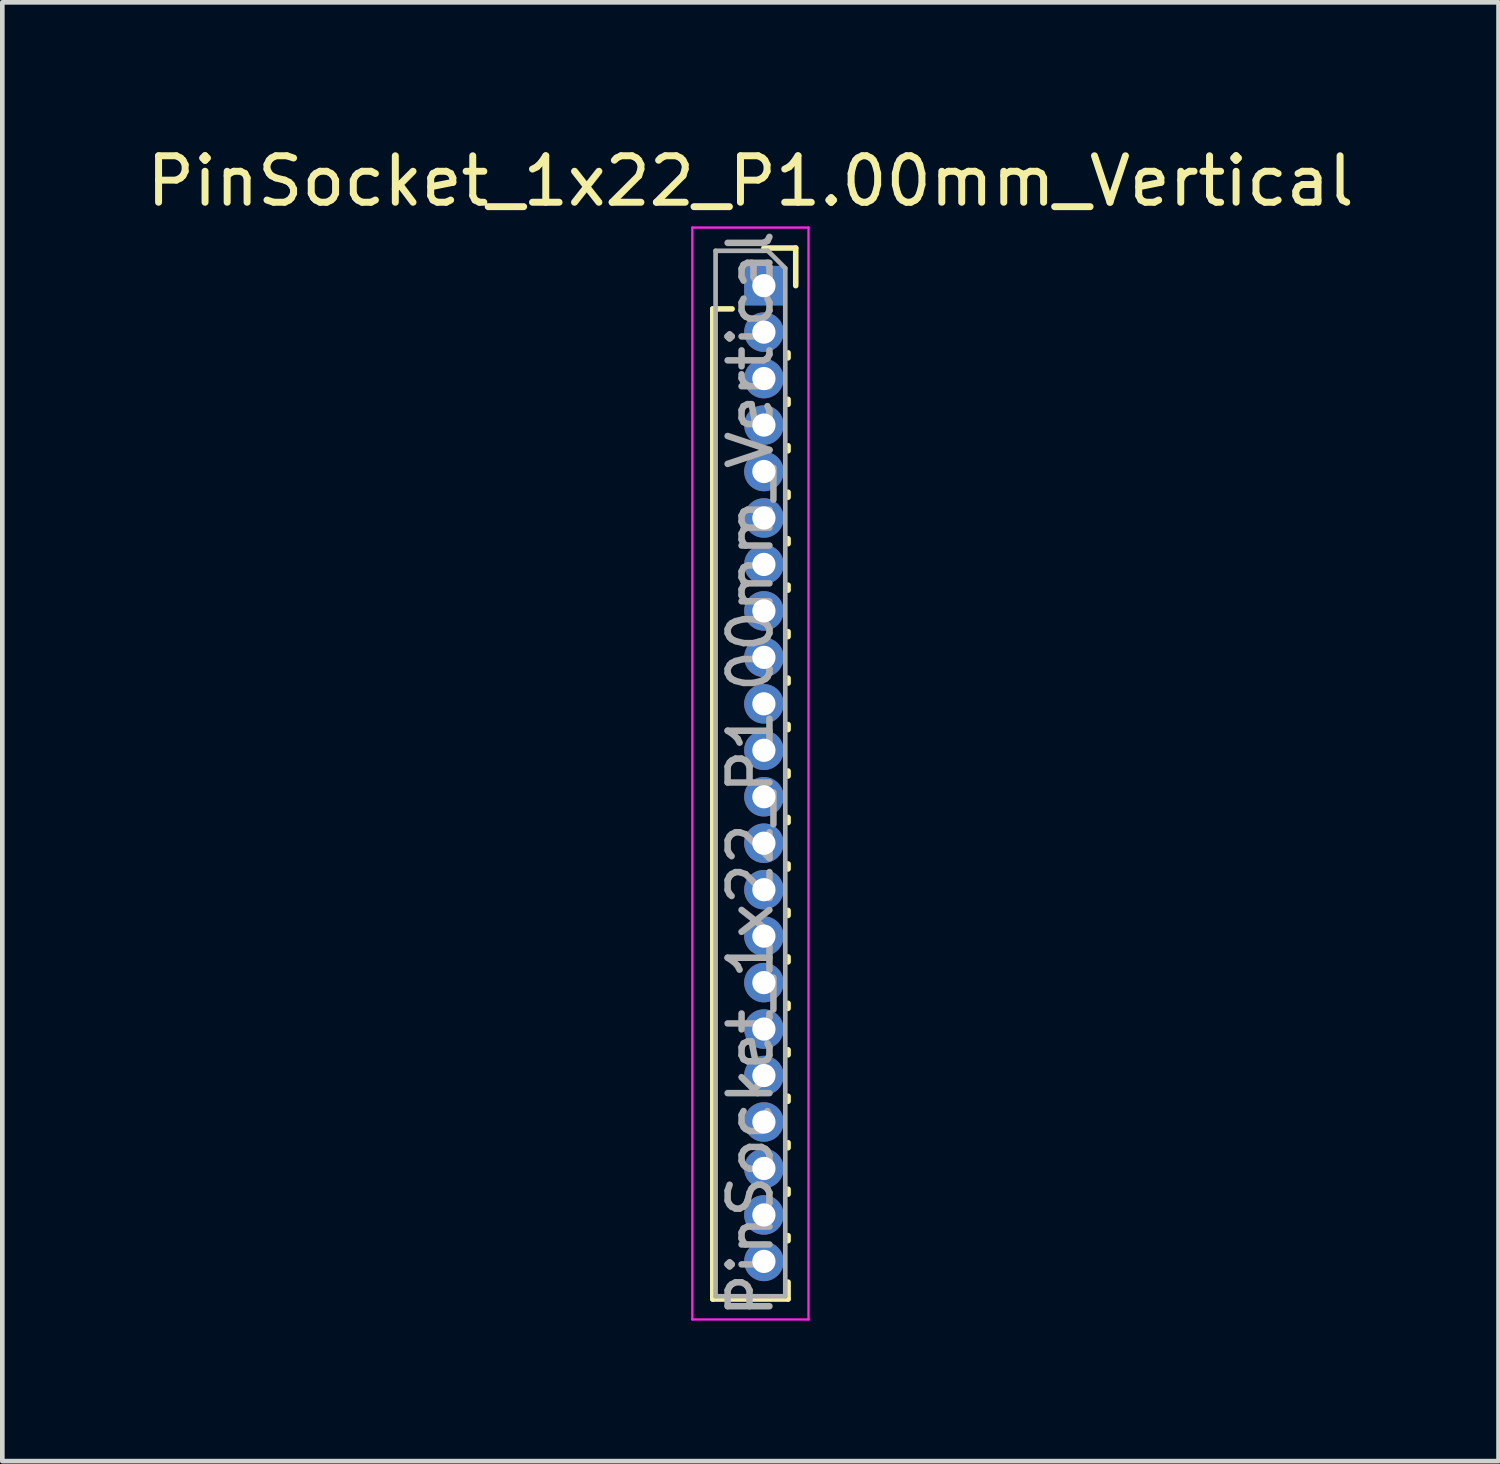
<source format=kicad_pcb>
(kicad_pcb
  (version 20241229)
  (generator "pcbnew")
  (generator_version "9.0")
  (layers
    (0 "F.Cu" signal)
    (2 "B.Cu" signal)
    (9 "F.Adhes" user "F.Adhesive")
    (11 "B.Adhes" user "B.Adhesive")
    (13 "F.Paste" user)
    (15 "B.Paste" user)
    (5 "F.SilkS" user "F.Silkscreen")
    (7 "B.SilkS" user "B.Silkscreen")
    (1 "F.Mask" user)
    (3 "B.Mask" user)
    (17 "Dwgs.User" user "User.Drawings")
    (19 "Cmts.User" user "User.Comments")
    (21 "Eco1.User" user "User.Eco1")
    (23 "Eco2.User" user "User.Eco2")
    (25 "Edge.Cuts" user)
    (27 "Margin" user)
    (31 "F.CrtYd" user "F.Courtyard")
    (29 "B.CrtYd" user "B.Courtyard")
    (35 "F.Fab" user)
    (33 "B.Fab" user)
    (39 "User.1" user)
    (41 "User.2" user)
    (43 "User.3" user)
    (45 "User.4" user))
  (footprint "PinSocket_1x22_P1.00mm_Vertical"
    (layer "F.Cu")
    (at 13.391 3.098)
    (property "Reference" "PinSocket_1x22_P1.00mm_Vertical" (at -0.29 -2.25 0) (layer "F.SilkS") (effects (font (size 1 1) (thickness 0.15))))
    (attr through_hole)
    (fp_line (start -1.1 0.5) (end -1.1 21.81) (stroke (width 0.12) (type solid)) (layer "F.SilkS"))
    (fp_line (start -1.1 0.5) (end -0.685 0.5) (stroke (width 0.12) (type solid)) (layer "F.SilkS"))
    (fp_line (start -1.1 21.81) (end 0.52 21.81) (stroke (width 0.12) (type solid)) (layer "F.SilkS"))
    (fp_line (start 0 -0.81) (end 0.685 -0.81) (stroke (width 0.12) (type solid)) (layer "F.SilkS"))
    (fp_line (start 0.52 1.446) (end 0.52 1.554) (stroke (width 0.12) (type solid)) (layer "F.SilkS"))
    (fp_line (start 0.52 2.446) (end 0.52 2.554) (stroke (width 0.12) (type solid)) (layer "F.SilkS"))
    (fp_line (start 0.52 3.446) (end 0.52 3.554) (stroke (width 0.12) (type solid)) (layer "F.SilkS"))
    (fp_line (start 0.52 4.446) (end 0.52 4.554) (stroke (width 0.12) (type solid)) (layer "F.SilkS"))
    (fp_line (start 0.52 5.446) (end 0.52 5.554) (stroke (width 0.12) (type solid)) (layer "F.SilkS"))
    (fp_line (start 0.52 6.446) (end 0.52 6.554) (stroke (width 0.12) (type solid)) (layer "F.SilkS"))
    (fp_line (start 0.52 7.446) (end 0.52 7.554) (stroke (width 0.12) (type solid)) (layer "F.SilkS"))
    (fp_line (start 0.52 8.446) (end 0.52 8.554) (stroke (width 0.12) (type solid)) (layer "F.SilkS"))
    (fp_line (start 0.52 9.446) (end 0.52 9.554) (stroke (width 0.12) (type solid)) (layer "F.SilkS"))
    (fp_line (start 0.52 10.446) (end 0.52 10.554) (stroke (width 0.12) (type solid)) (layer "F.SilkS"))
    (fp_line (start 0.52 11.446) (end 0.52 11.554) (stroke (width 0.12) (type solid)) (layer "F.SilkS"))
    (fp_line (start 0.52 12.446) (end 0.52 12.554) (stroke (width 0.12) (type solid)) (layer "F.SilkS"))
    (fp_line (start 0.52 13.446) (end 0.52 13.554) (stroke (width 0.12) (type solid)) (layer "F.SilkS"))
    (fp_line (start 0.52 14.446) (end 0.52 14.554) (stroke (width 0.12) (type solid)) (layer "F.SilkS"))
    (fp_line (start 0.52 15.446) (end 0.52 15.554) (stroke (width 0.12) (type solid)) (layer "F.SilkS"))
    (fp_line (start 0.52 16.446) (end 0.52 16.554) (stroke (width 0.12) (type solid)) (layer "F.SilkS"))
    (fp_line (start 0.52 17.446) (end 0.52 17.554) (stroke (width 0.12) (type solid)) (layer "F.SilkS"))
    (fp_line (start 0.52 18.446) (end 0.52 18.554) (stroke (width 0.12) (type solid)) (layer "F.SilkS"))
    (fp_line (start 0.52 19.446) (end 0.52 19.554) (stroke (width 0.12) (type solid)) (layer "F.SilkS"))
    (fp_line (start 0.52 20.446) (end 0.52 20.554) (stroke (width 0.12) (type solid)) (layer "F.SilkS"))
    (fp_line (start 0.52 21.446) (end 0.52 21.81) (stroke (width 0.12) (type solid)) (layer "F.SilkS"))
    (fp_line (start 0.685 -0.81) (end 0.685 0) (stroke (width 0.12) (type solid)) (layer "F.SilkS"))
    (fp_line (start -1.54 -1.25) (end 0.96 -1.25) (stroke (width 0.05) (type solid)) (layer "F.CrtYd"))
    (fp_line (start -1.54 22.25) (end -1.54 -1.25) (stroke (width 0.05) (type solid)) (layer "F.CrtYd"))
    (fp_line (start 0.96 -1.25) (end 0.96 22.25) (stroke (width 0.05) (type solid)) (layer "F.CrtYd"))
    (fp_line (start 0.96 22.25) (end -1.54 22.25) (stroke (width 0.05) (type solid)) (layer "F.CrtYd"))
    (fp_line (start -1.04 -0.75) (end 0.085 -0.75) (stroke (width 0.1) (type solid)) (layer "F.Fab"))
    (fp_line (start -1.04 21.75) (end -1.04 -0.75) (stroke (width 0.1) (type solid)) (layer "F.Fab"))
    (fp_line (start 0.085 -0.75) (end 0.46 -0.375) (stroke (width 0.1) (type solid)) (layer "F.Fab"))
    (fp_line (start 0.46 -0.375) (end 0.46 21.75) (stroke (width 0.1) (type solid)) (layer "F.Fab"))
    (fp_line (start 0.46 21.75) (end -1.04 21.75) (stroke (width 0.1) (type solid)) (layer "F.Fab"))
    (fp_text user "${REFERENCE}" (at -0.29 10.5 90) (layer "F.Fab") (effects (font (size 0.9 0.9) (thickness 0.14))))
    (pad "1" thru_hole rect (at 0 0) (size 0.85 0.85) (drill 0.5) (layers "*.Cu" "*.Mask"))
    (pad "2" thru_hole circle (at 0 1) (size 0.85 0.85) (drill 0.5) (layers "*.Cu" "*.Mask"))
    (pad "3" thru_hole circle (at 0 2) (size 0.85 0.85) (drill 0.5) (layers "*.Cu" "*.Mask"))
    (pad "4" thru_hole circle (at 0 3) (size 0.85 0.85) (drill 0.5) (layers "*.Cu" "*.Mask"))
    (pad "5" thru_hole circle (at 0 4) (size 0.85 0.85) (drill 0.5) (layers "*.Cu" "*.Mask"))
    (pad "6" thru_hole circle (at 0 5) (size 0.85 0.85) (drill 0.5) (layers "*.Cu" "*.Mask"))
    (pad "7" thru_hole circle (at 0 6) (size 0.85 0.85) (drill 0.5) (layers "*.Cu" "*.Mask"))
    (pad "8" thru_hole circle (at 0 7) (size 0.85 0.85) (drill 0.5) (layers "*.Cu" "*.Mask"))
    (pad "9" thru_hole circle (at 0 8) (size 0.85 0.85) (drill 0.5) (layers "*.Cu" "*.Mask"))
    (pad "10" thru_hole circle (at 0 9) (size 0.85 0.85) (drill 0.5) (layers "*.Cu" "*.Mask"))
    (pad "11" thru_hole circle (at 0 10) (size 0.85 0.85) (drill 0.5) (layers "*.Cu" "*.Mask"))
    (pad "12" thru_hole circle (at 0 11) (size 0.85 0.85) (drill 0.5) (layers "*.Cu" "*.Mask"))
    (pad "13" thru_hole circle (at 0 12) (size 0.85 0.85) (drill 0.5) (layers "*.Cu" "*.Mask"))
    (pad "14" thru_hole circle (at 0 13) (size 0.85 0.85) (drill 0.5) (layers "*.Cu" "*.Mask"))
    (pad "15" thru_hole circle (at 0 14) (size 0.85 0.85) (drill 0.5) (layers "*.Cu" "*.Mask"))
    (pad "16" thru_hole circle (at 0 15) (size 0.85 0.85) (drill 0.5) (layers "*.Cu" "*.Mask"))
    (pad "17" thru_hole circle (at 0 16) (size 0.85 0.85) (drill 0.5) (layers "*.Cu" "*.Mask"))
    (pad "18" thru_hole circle (at 0 17) (size 0.85 0.85) (drill 0.5) (layers "*.Cu" "*.Mask"))
    (pad "19" thru_hole circle (at 0 18) (size 0.85 0.85) (drill 0.5) (layers "*.Cu" "*.Mask"))
    (pad "20" thru_hole circle (at 0 19) (size 0.85 0.85) (drill 0.5) (layers "*.Cu" "*.Mask"))
    (pad "21" thru_hole circle (at 0 20) (size 0.85 0.85) (drill 0.5) (layers "*.Cu" "*.Mask"))
    (pad "22" thru_hole circle (at 0 21) (size 0.85 0.85) (drill 0.5) (layers "*.Cu" "*.Mask")))
  (gr_rect
    (start -3 -3)
    (end 29.202 28.397)
    (stroke (width 0.1) (type default))
    (fill no)
    (layer "Edge.Cuts")))
</source>
